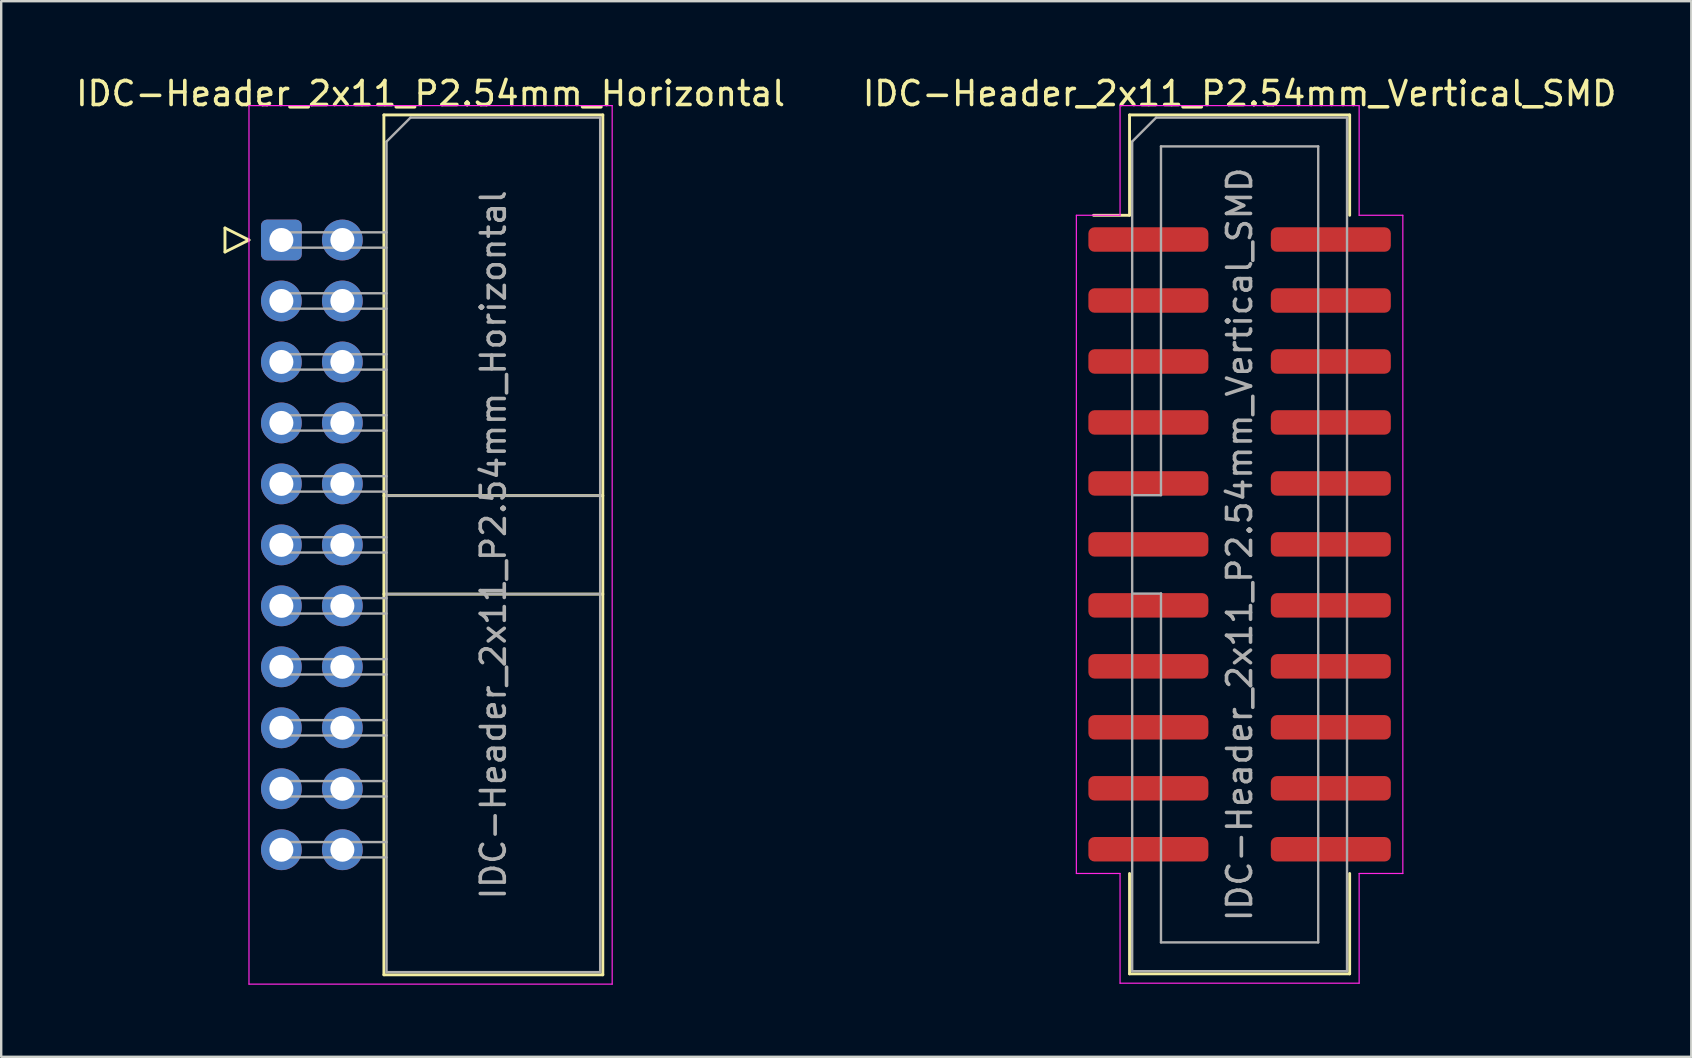
<source format=kicad_pcb>
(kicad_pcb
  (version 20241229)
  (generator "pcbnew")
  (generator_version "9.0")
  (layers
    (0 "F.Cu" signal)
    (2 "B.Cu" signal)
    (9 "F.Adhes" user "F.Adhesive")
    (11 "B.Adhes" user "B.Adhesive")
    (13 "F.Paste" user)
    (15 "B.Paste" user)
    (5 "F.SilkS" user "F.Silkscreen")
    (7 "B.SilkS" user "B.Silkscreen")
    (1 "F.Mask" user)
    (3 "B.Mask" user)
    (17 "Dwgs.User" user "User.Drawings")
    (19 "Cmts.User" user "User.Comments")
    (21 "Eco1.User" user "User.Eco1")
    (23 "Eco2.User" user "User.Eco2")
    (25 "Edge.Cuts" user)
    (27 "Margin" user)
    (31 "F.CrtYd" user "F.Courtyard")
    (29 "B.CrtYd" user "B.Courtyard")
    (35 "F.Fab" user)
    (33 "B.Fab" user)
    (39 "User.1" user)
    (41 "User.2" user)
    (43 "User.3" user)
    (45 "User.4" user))
  (footprint "IDC-Header_2x11_P2.54mm_Vertical_SMD"
    (layer "F.Cu")
    (at 48.589 19.628)
    (property "Reference" "IDC-Header_2x11_P2.54mm_Vertical_SMD" (at 0 -18.78 0) (layer "F.SilkS") (effects (font (size 1 1) (thickness 0.15))))
    (attr smd)
    (fp_line (start -4.585 -17.89) (end 4.585 -17.89) (stroke (width 0.12) (type solid)) (layer "F.SilkS"))
    (fp_line (start -4.585 -13.71) (end -6.085 -13.71) (stroke (width 0.12) (type solid)) (layer "F.SilkS"))
    (fp_line (start -4.585 -13.71) (end -4.585 -17.89) (stroke (width 0.12) (type solid)) (layer "F.SilkS"))
    (fp_line (start -4.585 13.71) (end -4.585 17.89) (stroke (width 0.12) (type solid)) (layer "F.SilkS"))
    (fp_line (start -4.585 17.89) (end 4.585 17.89) (stroke (width 0.12) (type solid)) (layer "F.SilkS"))
    (fp_line (start 4.585 -17.89) (end 4.585 -13.71) (stroke (width 0.12) (type solid)) (layer "F.SilkS"))
    (fp_line (start 4.585 17.89) (end 4.585 13.71) (stroke (width 0.12) (type solid)) (layer "F.SilkS"))
    (fp_line (start -6.8 -13.71) (end -6.8 13.71) (stroke (width 0.05) (type solid)) (layer "F.CrtYd"))
    (fp_line (start -6.8 13.71) (end -4.98 13.71) (stroke (width 0.05) (type solid)) (layer "F.CrtYd"))
    (fp_line (start -4.98 -18.28) (end -4.98 -13.71) (stroke (width 0.05) (type solid)) (layer "F.CrtYd"))
    (fp_line (start -4.98 -13.71) (end -6.8 -13.71) (stroke (width 0.05) (type solid)) (layer "F.CrtYd"))
    (fp_line (start -4.98 13.71) (end -4.98 18.28) (stroke (width 0.05) (type solid)) (layer "F.CrtYd"))
    (fp_line (start -4.98 18.28) (end 4.98 18.28) (stroke (width 0.05) (type solid)) (layer "F.CrtYd"))
    (fp_line (start 4.98 -18.28) (end -4.98 -18.28) (stroke (width 0.05) (type solid)) (layer "F.CrtYd"))
    (fp_line (start 4.98 -13.71) (end 4.98 -18.28) (stroke (width 0.05) (type solid)) (layer "F.CrtYd"))
    (fp_line (start 4.98 13.71) (end 6.8 13.71) (stroke (width 0.05) (type solid)) (layer "F.CrtYd"))
    (fp_line (start 4.98 18.28) (end 4.98 13.71) (stroke (width 0.05) (type solid)) (layer "F.CrtYd"))
    (fp_line (start 6.8 -13.71) (end 4.98 -13.71) (stroke (width 0.05) (type solid)) (layer "F.CrtYd"))
    (fp_line (start 6.8 13.71) (end 6.8 -13.71) (stroke (width 0.05) (type solid)) (layer "F.CrtYd"))
    (fp_line (start -4.475 -16.78) (end -3.475 -17.78) (stroke (width 0.1) (type solid)) (layer "F.Fab"))
    (fp_line (start -4.475 -2.05) (end -3.275 -2.05) (stroke (width 0.1) (type solid)) (layer "F.Fab"))
    (fp_line (start -4.475 17.78) (end -4.475 -16.78) (stroke (width 0.1) (type solid)) (layer "F.Fab"))
    (fp_line (start -3.475 -17.78) (end 4.475 -17.78) (stroke (width 0.1) (type solid)) (layer "F.Fab"))
    (fp_line (start -3.275 -16.58) (end 3.275 -16.58) (stroke (width 0.1) (type solid)) (layer "F.Fab"))
    (fp_line (start -3.275 -2.05) (end -3.275 -16.58) (stroke (width 0.1) (type solid)) (layer "F.Fab"))
    (fp_line (start -3.275 2.05) (end -4.475 2.05) (stroke (width 0.1) (type solid)) (layer "F.Fab"))
    (fp_line (start -3.275 2.05) (end -3.275 2.05) (stroke (width 0.1) (type solid)) (layer "F.Fab"))
    (fp_line (start -3.275 16.58) (end -3.275 2.05) (stroke (width 0.1) (type solid)) (layer "F.Fab"))
    (fp_line (start 3.275 -16.58) (end 3.275 16.58) (stroke (width 0.1) (type solid)) (layer "F.Fab"))
    (fp_line (start 3.275 16.58) (end -3.275 16.58) (stroke (width 0.1) (type solid)) (layer "F.Fab"))
    (fp_line (start 4.475 -17.78) (end 4.475 17.78) (stroke (width 0.1) (type solid)) (layer "F.Fab"))
    (fp_line (start 4.475 17.78) (end -4.475 17.78) (stroke (width 0.1) (type solid)) (layer "F.Fab"))
    (fp_text user "${REFERENCE}" (at 0 0 90) (layer "F.Fab") (effects (font (size 1 1) (thickness 0.15))))
    (pad "1" smd roundrect (at -3.8 -12.7) (size 5 1.02) (layers "F.Cu" "F.Mask" "F.Paste") (roundrect_rratio 0.25))
    (pad "2" smd roundrect (at 3.8 -12.7) (size 5 1.02) (layers "F.Cu" "F.Mask" "F.Paste") (roundrect_rratio 0.25))
    (pad "3" smd roundrect (at -3.8 -10.16) (size 5 1.02) (layers "F.Cu" "F.Mask" "F.Paste") (roundrect_rratio 0.25))
    (pad "4" smd roundrect (at 3.8 -10.16) (size 5 1.02) (layers "F.Cu" "F.Mask" "F.Paste") (roundrect_rratio 0.25))
    (pad "5" smd roundrect (at -3.8 -7.62) (size 5 1.02) (layers "F.Cu" "F.Mask" "F.Paste") (roundrect_rratio 0.25))
    (pad "6" smd roundrect (at 3.8 -7.62) (size 5 1.02) (layers "F.Cu" "F.Mask" "F.Paste") (roundrect_rratio 0.25))
    (pad "7" smd roundrect (at -3.8 -5.08) (size 5 1.02) (layers "F.Cu" "F.Mask" "F.Paste") (roundrect_rratio 0.25))
    (pad "8" smd roundrect (at 3.8 -5.08) (size 5 1.02) (layers "F.Cu" "F.Mask" "F.Paste") (roundrect_rratio 0.25))
    (pad "9" smd roundrect (at -3.8 -2.54) (size 5 1.02) (layers "F.Cu" "F.Mask" "F.Paste") (roundrect_rratio 0.25))
    (pad "10" smd roundrect (at 3.8 -2.54) (size 5 1.02) (layers "F.Cu" "F.Mask" "F.Paste") (roundrect_rratio 0.25))
    (pad "11" smd roundrect (at -3.8 0) (size 5 1.02) (layers "F.Cu" "F.Mask" "F.Paste") (roundrect_rratio 0.25))
    (pad "12" smd roundrect (at 3.8 0) (size 5 1.02) (layers "F.Cu" "F.Mask" "F.Paste") (roundrect_rratio 0.25))
    (pad "13" smd roundrect (at -3.8 2.54) (size 5 1.02) (layers "F.Cu" "F.Mask" "F.Paste") (roundrect_rratio 0.25))
    (pad "14" smd roundrect (at 3.8 2.54) (size 5 1.02) (layers "F.Cu" "F.Mask" "F.Paste") (roundrect_rratio 0.25))
    (pad "15" smd roundrect (at -3.8 5.08) (size 5 1.02) (layers "F.Cu" "F.Mask" "F.Paste") (roundrect_rratio 0.25))
    (pad "16" smd roundrect (at 3.8 5.08) (size 5 1.02) (layers "F.Cu" "F.Mask" "F.Paste") (roundrect_rratio 0.25))
    (pad "17" smd roundrect (at -3.8 7.62) (size 5 1.02) (layers "F.Cu" "F.Mask" "F.Paste") (roundrect_rratio 0.25))
    (pad "18" smd roundrect (at 3.8 7.62) (size 5 1.02) (layers "F.Cu" "F.Mask" "F.Paste") (roundrect_rratio 0.25))
    (pad "19" smd roundrect (at -3.8 10.16) (size 5 1.02) (layers "F.Cu" "F.Mask" "F.Paste") (roundrect_rratio 0.25))
    (pad "20" smd roundrect (at 3.8 10.16) (size 5 1.02) (layers "F.Cu" "F.Mask" "F.Paste") (roundrect_rratio 0.25))
    (pad "21" smd roundrect (at -3.8 12.7) (size 5 1.02) (layers "F.Cu" "F.Mask" "F.Paste") (roundrect_rratio 0.25))
    (pad "22" smd roundrect (at 3.8 12.7) (size 5 1.02) (layers "F.Cu" "F.Mask" "F.Paste") (roundrect_rratio 0.25)))
  (footprint "IDC-Header_2x11_P2.54mm_Horizontal"
    (layer "F.Cu")
    (at 8.672 6.948)
    (property "Reference" "IDC-Header_2x11_P2.54mm_Horizontal" (at 6.215 -6.1 0) (layer "F.SilkS") (effects (font (size 1 1) (thickness 0.15))))
    (attr through_hole)
    (fp_line (start -2.35 -0.5) (end -2.35 0.5) (stroke (width 0.12) (type solid)) (layer "F.SilkS"))
    (fp_line (start -2.35 0.5) (end -1.35 0) (stroke (width 0.12) (type solid)) (layer "F.SilkS"))
    (fp_line (start -1.35 0) (end -2.35 -0.5) (stroke (width 0.12) (type solid)) (layer "F.SilkS"))
    (fp_line (start 4.27 -5.21) (end 13.39 -5.21) (stroke (width 0.12) (type solid)) (layer "F.SilkS"))
    (fp_line (start 4.27 10.65) (end 13.39 10.65) (stroke (width 0.12) (type solid)) (layer "F.SilkS"))
    (fp_line (start 4.27 14.75) (end 13.39 14.75) (stroke (width 0.12) (type solid)) (layer "F.SilkS"))
    (fp_line (start 4.27 30.61) (end 4.27 -5.21) (stroke (width 0.12) (type solid)) (layer "F.SilkS"))
    (fp_line (start 13.39 -5.21) (end 13.39 30.61) (stroke (width 0.12) (type solid)) (layer "F.SilkS"))
    (fp_line (start 13.39 30.61) (end 4.27 30.61) (stroke (width 0.12) (type solid)) (layer "F.SilkS"))
    (fp_line (start -1.35 -5.6) (end -1.35 31) (stroke (width 0.05) (type solid)) (layer "F.CrtYd"))
    (fp_line (start -1.35 31) (end 13.78 31) (stroke (width 0.05) (type solid)) (layer "F.CrtYd"))
    (fp_line (start 13.78 -5.6) (end -1.35 -5.6) (stroke (width 0.05) (type solid)) (layer "F.CrtYd"))
    (fp_line (start 13.78 31) (end 13.78 -5.6) (stroke (width 0.05) (type solid)) (layer "F.CrtYd"))
    (fp_line (start -0.32 -0.32) (end -0.32 0.32) (stroke (width 0.1) (type solid)) (layer "F.Fab"))
    (fp_line (start -0.32 0.32) (end 4.38 0.32) (stroke (width 0.1) (type solid)) (layer "F.Fab"))
    (fp_line (start -0.32 2.22) (end -0.32 2.86) (stroke (width 0.1) (type solid)) (layer "F.Fab"))
    (fp_line (start -0.32 2.86) (end 4.38 2.86) (stroke (width 0.1) (type solid)) (layer "F.Fab"))
    (fp_line (start -0.32 4.76) (end -0.32 5.4) (stroke (width 0.1) (type solid)) (layer "F.Fab"))
    (fp_line (start -0.32 5.4) (end 4.38 5.4) (stroke (width 0.1) (type solid)) (layer "F.Fab"))
    (fp_line (start -0.32 7.3) (end -0.32 7.94) (stroke (width 0.1) (type solid)) (layer "F.Fab"))
    (fp_line (start -0.32 7.94) (end 4.38 7.94) (stroke (width 0.1) (type solid)) (layer "F.Fab"))
    (fp_line (start -0.32 9.84) (end -0.32 10.48) (stroke (width 0.1) (type solid)) (layer "F.Fab"))
    (fp_line (start -0.32 10.48) (end 4.38 10.48) (stroke (width 0.1) (type solid)) (layer "F.Fab"))
    (fp_line (start -0.32 12.38) (end -0.32 13.02) (stroke (width 0.1) (type solid)) (layer "F.Fab"))
    (fp_line (start -0.32 13.02) (end 4.38 13.02) (stroke (width 0.1) (type solid)) (layer "F.Fab"))
    (fp_line (start -0.32 14.92) (end -0.32 15.56) (stroke (width 0.1) (type solid)) (layer "F.Fab"))
    (fp_line (start -0.32 15.56) (end 4.38 15.56) (stroke (width 0.1) (type solid)) (layer "F.Fab"))
    (fp_line (start -0.32 17.46) (end -0.32 18.1) (stroke (width 0.1) (type solid)) (layer "F.Fab"))
    (fp_line (start -0.32 18.1) (end 4.38 18.1) (stroke (width 0.1) (type solid)) (layer "F.Fab"))
    (fp_line (start -0.32 20) (end -0.32 20.64) (stroke (width 0.1) (type solid)) (layer "F.Fab"))
    (fp_line (start -0.32 20.64) (end 4.38 20.64) (stroke (width 0.1) (type solid)) (layer "F.Fab"))
    (fp_line (start -0.32 22.54) (end -0.32 23.18) (stroke (width 0.1) (type solid)) (layer "F.Fab"))
    (fp_line (start -0.32 23.18) (end 4.38 23.18) (stroke (width 0.1) (type solid)) (layer "F.Fab"))
    (fp_line (start -0.32 25.08) (end -0.32 25.72) (stroke (width 0.1) (type solid)) (layer "F.Fab"))
    (fp_line (start -0.32 25.72) (end 4.38 25.72) (stroke (width 0.1) (type solid)) (layer "F.Fab"))
    (fp_line (start 4.38 -4.1) (end 5.38 -5.1) (stroke (width 0.1) (type solid)) (layer "F.Fab"))
    (fp_line (start 4.38 -0.32) (end -0.32 -0.32) (stroke (width 0.1) (type solid)) (layer "F.Fab"))
    (fp_line (start 4.38 2.22) (end -0.32 2.22) (stroke (width 0.1) (type solid)) (layer "F.Fab"))
    (fp_line (start 4.38 4.76) (end -0.32 4.76) (stroke (width 0.1) (type solid)) (layer "F.Fab"))
    (fp_line (start 4.38 7.3) (end -0.32 7.3) (stroke (width 0.1) (type solid)) (layer "F.Fab"))
    (fp_line (start 4.38 9.84) (end -0.32 9.84) (stroke (width 0.1) (type solid)) (layer "F.Fab"))
    (fp_line (start 4.38 10.65) (end 13.28 10.65) (stroke (width 0.1) (type solid)) (layer "F.Fab"))
    (fp_line (start 4.38 12.38) (end -0.32 12.38) (stroke (width 0.1) (type solid)) (layer "F.Fab"))
    (fp_line (start 4.38 14.75) (end 13.28 14.75) (stroke (width 0.1) (type solid)) (layer "F.Fab"))
    (fp_line (start 4.38 14.92) (end -0.32 14.92) (stroke (width 0.1) (type solid)) (layer "F.Fab"))
    (fp_line (start 4.38 17.46) (end -0.32 17.46) (stroke (width 0.1) (type solid)) (layer "F.Fab"))
    (fp_line (start 4.38 20) (end -0.32 20) (stroke (width 0.1) (type solid)) (layer "F.Fab"))
    (fp_line (start 4.38 22.54) (end -0.32 22.54) (stroke (width 0.1) (type solid)) (layer "F.Fab"))
    (fp_line (start 4.38 25.08) (end -0.32 25.08) (stroke (width 0.1) (type solid)) (layer "F.Fab"))
    (fp_line (start 4.38 30.5) (end 4.38 -4.1) (stroke (width 0.1) (type solid)) (layer "F.Fab"))
    (fp_line (start 5.38 -5.1) (end 13.28 -5.1) (stroke (width 0.1) (type solid)) (layer "F.Fab"))
    (fp_line (start 13.28 -5.1) (end 13.28 30.5) (stroke (width 0.1) (type solid)) (layer "F.Fab"))
    (fp_line (start 13.28 30.5) (end 4.38 30.5) (stroke (width 0.1) (type solid)) (layer "F.Fab"))
    (fp_text user "${REFERENCE}" (at 8.83 12.7 90) (layer "F.Fab") (effects (font (size 1 1) (thickness 0.15))))
    (pad "1" thru_hole roundrect (at 0 0) (size 1.7 1.7) (drill 1) (layers "*.Cu" "*.Mask") (roundrect_rratio 0.147))
    (pad "2" thru_hole circle (at 2.54 0) (size 1.7 1.7) (drill 1) (layers "*.Cu" "*.Mask"))
    (pad "3" thru_hole circle (at 0 2.54) (size 1.7 1.7) (drill 1) (layers "*.Cu" "*.Mask"))
    (pad "4" thru_hole circle (at 2.54 2.54) (size 1.7 1.7) (drill 1) (layers "*.Cu" "*.Mask"))
    (pad "5" thru_hole circle (at 0 5.08) (size 1.7 1.7) (drill 1) (layers "*.Cu" "*.Mask"))
    (pad "6" thru_hole circle (at 2.54 5.08) (size 1.7 1.7) (drill 1) (layers "*.Cu" "*.Mask"))
    (pad "7" thru_hole circle (at 0 7.62) (size 1.7 1.7) (drill 1) (layers "*.Cu" "*.Mask"))
    (pad "8" thru_hole circle (at 2.54 7.62) (size 1.7 1.7) (drill 1) (layers "*.Cu" "*.Mask"))
    (pad "9" thru_hole circle (at 0 10.16) (size 1.7 1.7) (drill 1) (layers "*.Cu" "*.Mask"))
    (pad "10" thru_hole circle (at 2.54 10.16) (size 1.7 1.7) (drill 1) (layers "*.Cu" "*.Mask"))
    (pad "11" thru_hole circle (at 0 12.7) (size 1.7 1.7) (drill 1) (layers "*.Cu" "*.Mask"))
    (pad "12" thru_hole circle (at 2.54 12.7) (size 1.7 1.7) (drill 1) (layers "*.Cu" "*.Mask"))
    (pad "13" thru_hole circle (at 0 15.24) (size 1.7 1.7) (drill 1) (layers "*.Cu" "*.Mask"))
    (pad "14" thru_hole circle (at 2.54 15.24) (size 1.7 1.7) (drill 1) (layers "*.Cu" "*.Mask"))
    (pad "15" thru_hole circle (at 0 17.78) (size 1.7 1.7) (drill 1) (layers "*.Cu" "*.Mask"))
    (pad "16" thru_hole circle (at 2.54 17.78) (size 1.7 1.7) (drill 1) (layers "*.Cu" "*.Mask"))
    (pad "17" thru_hole circle (at 0 20.32) (size 1.7 1.7) (drill 1) (layers "*.Cu" "*.Mask"))
    (pad "18" thru_hole circle (at 2.54 20.32) (size 1.7 1.7) (drill 1) (layers "*.Cu" "*.Mask"))
    (pad "19" thru_hole circle (at 0 22.86) (size 1.7 1.7) (drill 1) (layers "*.Cu" "*.Mask"))
    (pad "20" thru_hole circle (at 2.54 22.86) (size 1.7 1.7) (drill 1) (layers "*.Cu" "*.Mask"))
    (pad "21" thru_hole circle (at 0 25.4) (size 1.7 1.7) (drill 1) (layers "*.Cu" "*.Mask"))
    (pad "22" thru_hole circle (at 2.54 25.4) (size 1.7 1.7) (drill 1) (layers "*.Cu" "*.Mask")))
  (gr_rect
    (start -3 -3)
    (end 67.405 40.973)
    (stroke (width 0.1) (type default))
    (fill no)
    (layer "Edge.Cuts")))
</source>
